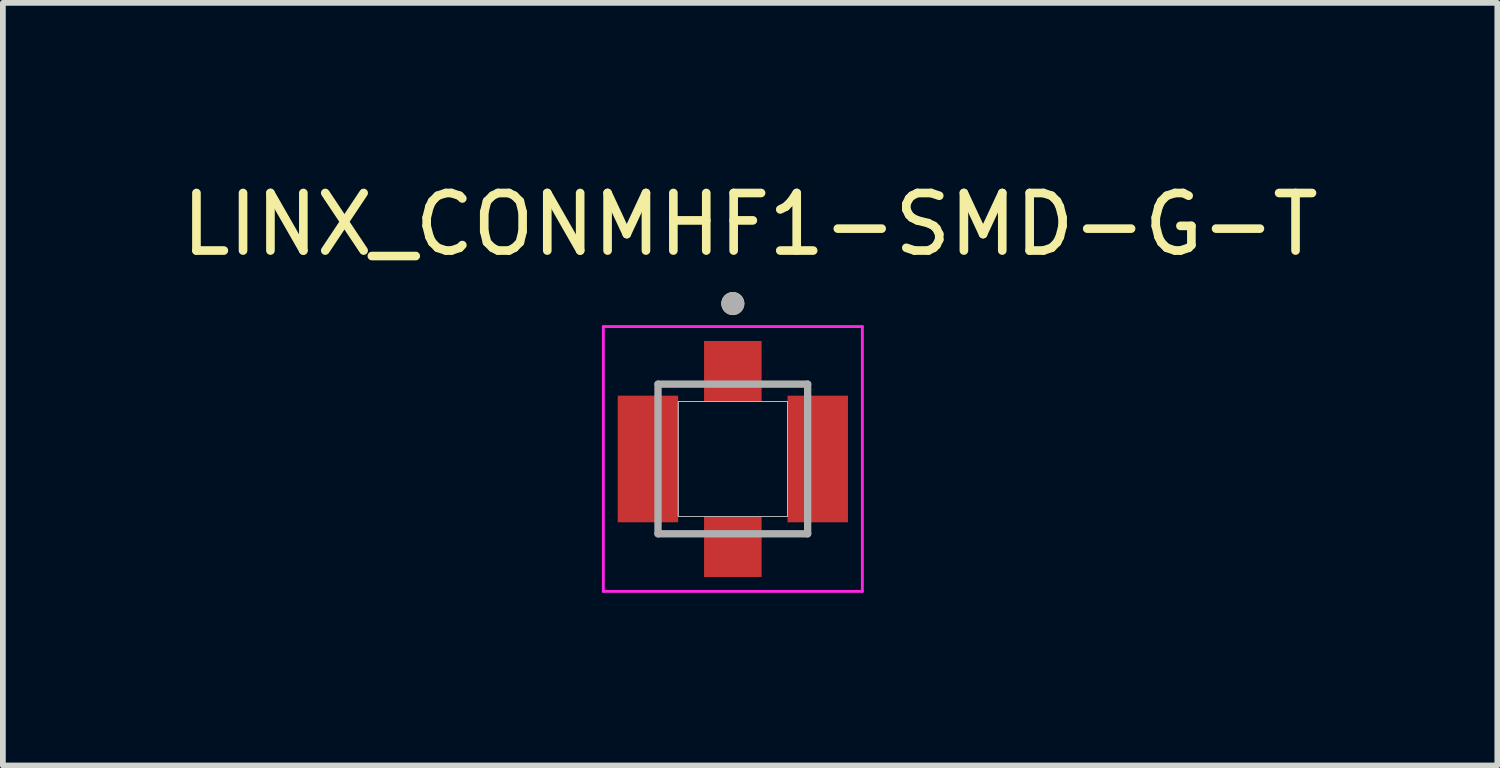
<source format=kicad_pcb>
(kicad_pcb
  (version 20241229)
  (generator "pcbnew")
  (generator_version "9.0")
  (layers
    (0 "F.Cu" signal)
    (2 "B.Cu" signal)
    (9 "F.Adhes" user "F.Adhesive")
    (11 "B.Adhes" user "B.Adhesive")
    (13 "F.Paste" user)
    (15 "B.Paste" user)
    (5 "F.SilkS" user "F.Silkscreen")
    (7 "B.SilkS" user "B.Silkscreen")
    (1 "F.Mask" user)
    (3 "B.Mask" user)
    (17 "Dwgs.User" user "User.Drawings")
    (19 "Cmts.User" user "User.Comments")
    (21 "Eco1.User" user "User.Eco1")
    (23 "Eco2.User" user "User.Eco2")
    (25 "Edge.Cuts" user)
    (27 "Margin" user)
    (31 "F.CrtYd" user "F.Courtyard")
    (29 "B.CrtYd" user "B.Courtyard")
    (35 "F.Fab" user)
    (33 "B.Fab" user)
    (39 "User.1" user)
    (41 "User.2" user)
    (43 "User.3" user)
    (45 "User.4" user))
  (footprint "LINX_CONMHF1-SMD-G-T"
    (layer "F.Cu")
    (at 9.682 4.924)
    (property "Reference" "LINX_CONMHF1-SMD-G-T" (at 0.3 -4.076 0) (layer "F.SilkS") (effects (font (size 1 1) (thickness 0.15))))
    (attr through_hole)
    (fp_circle (center 0 -2.7) (end 0.1 -2.7) (stroke (width 0.2) (type solid)) (fill no) (layer "F.SilkS"))
    (fp_poly (pts (xy -0.95 -1) (xy 0.95 -1) (xy 0.95 1) (xy -0.95 1)) (stroke (width 0.01) (type solid)) (fill no) (layer "Dwgs.User"))
    (fp_poly (pts (xy -0.95 -1) (xy 0.95 -1) (xy 0.95 1) (xy -0.95 1)) (stroke (width 0.01) (type solid)) (fill no) (layer "Dwgs.User"))
    (fp_poly (pts (xy -0.95 -1) (xy 0.95 -1) (xy 0.95 1) (xy -0.95 1)) (stroke (width 0.01) (type solid)) (fill no) (layer "Dwgs.User"))
    (fp_line (start -2.25 -2.3) (end -2.25 2.3) (stroke (width 0.05) (type solid)) (layer "F.CrtYd"))
    (fp_line (start -2.25 2.3) (end 2.25 2.3) (stroke (width 0.05) (type solid)) (layer "F.CrtYd"))
    (fp_line (start 2.25 -2.3) (end -2.25 -2.3) (stroke (width 0.05) (type solid)) (layer "F.CrtYd"))
    (fp_line (start 2.25 2.3) (end 2.25 -2.3) (stroke (width 0.05) (type solid)) (layer "F.CrtYd"))
    (fp_line (start -1.3 -1.3) (end -1.3 1.3) (stroke (width 0.127) (type solid)) (layer "F.Fab"))
    (fp_line (start -1.3 1.3) (end 1.3 1.3) (stroke (width 0.127) (type solid)) (layer "F.Fab"))
    (fp_line (start 1.3 -1.3) (end -1.3 -1.3) (stroke (width 0.127) (type solid)) (layer "F.Fab"))
    (fp_line (start 1.3 1.3) (end 1.3 -1.3) (stroke (width 0.127) (type solid)) (layer "F.Fab"))
    (fp_circle (center 0 -2.7) (end 0.1 -2.7) (stroke (width 0.2) (type solid)) (fill no) (layer "F.Fab"))
    (pad "1" smd rect (at 0 -1.525) (size 1 1.05) (layers "F.Cu" "F.Mask" "F.Paste"))
    (pad "S1" smd rect (at -1.475 0) (size 1.05 2.2) (layers "F.Cu" "F.Mask" "F.Paste"))
    (pad "S2" smd rect (at 0 1.525) (size 1 1.05) (layers "F.Cu" "F.Mask" "F.Paste"))
    (pad "S3" smd rect (at 1.475 0) (size 1.05 2.2) (layers "F.Cu" "F.Mask" "F.Paste")))
  (gr_rect
    (start -3 -3)
    (end 22.964 10.249)
    (stroke (width 0.1) (type default))
    (fill no)
    (layer "Edge.Cuts")))
</source>
